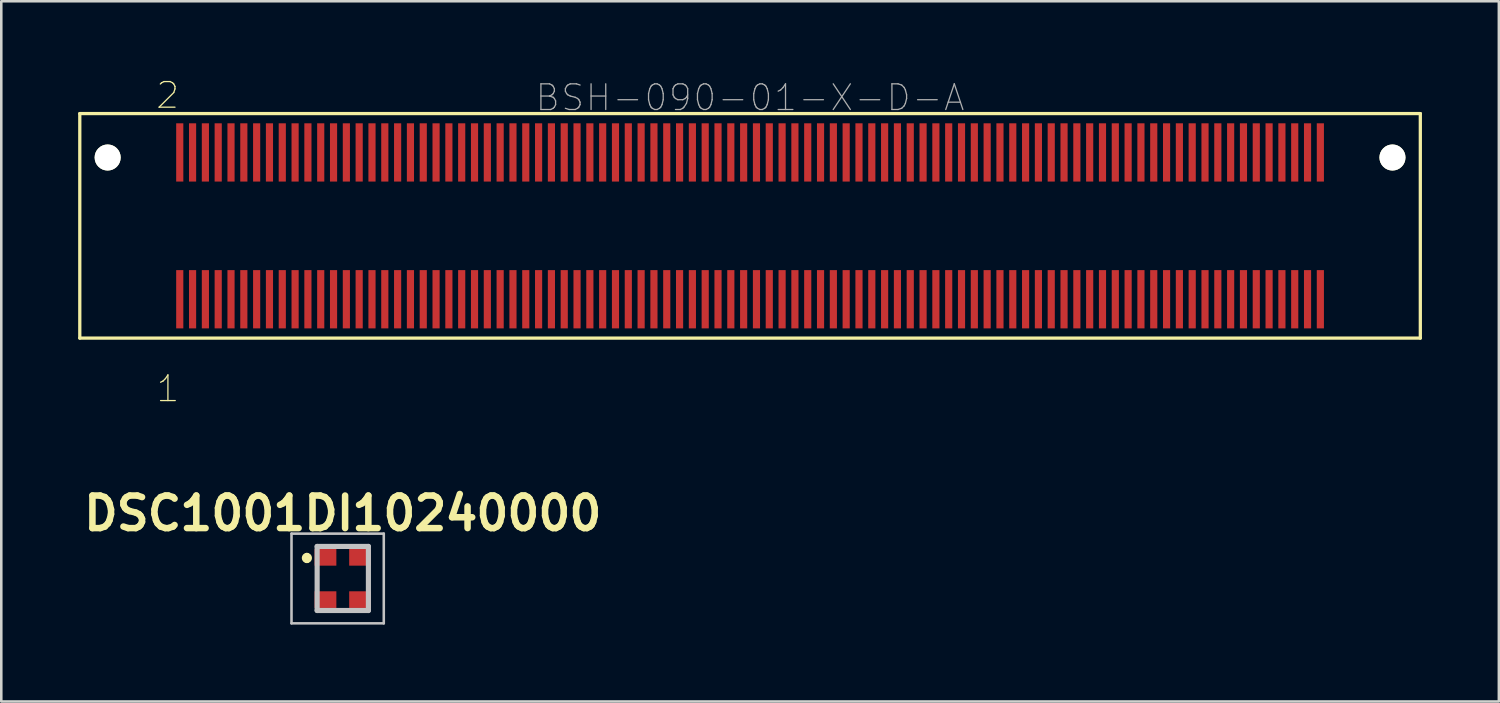
<source format=kicad_pcb>
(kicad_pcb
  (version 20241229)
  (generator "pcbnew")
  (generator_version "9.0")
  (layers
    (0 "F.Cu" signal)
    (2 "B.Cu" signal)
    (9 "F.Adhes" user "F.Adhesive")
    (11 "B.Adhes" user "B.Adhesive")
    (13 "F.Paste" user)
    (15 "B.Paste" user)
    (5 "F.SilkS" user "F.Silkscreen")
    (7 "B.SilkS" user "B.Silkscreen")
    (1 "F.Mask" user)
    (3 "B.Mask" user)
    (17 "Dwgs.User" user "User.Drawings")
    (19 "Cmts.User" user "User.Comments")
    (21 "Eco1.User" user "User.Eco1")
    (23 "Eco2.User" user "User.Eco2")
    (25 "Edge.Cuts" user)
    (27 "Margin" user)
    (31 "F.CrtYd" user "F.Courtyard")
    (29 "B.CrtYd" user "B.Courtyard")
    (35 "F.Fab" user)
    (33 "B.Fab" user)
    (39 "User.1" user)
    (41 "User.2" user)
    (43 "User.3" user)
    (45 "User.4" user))
  (footprint "BSH-090-01-X-D-A"
    (layer "F.Cu")
    (at 26.213 5.761)
    (property "Reference" "BSH-090-01-X-D-A" (at 0 -5 0) (layer "F.Fab") (effects (font (size 1.002 1.002) (thickness 0.05))))
    (attr smd)
    (fp_line (start -26.15 -4.38) (end 26.15 -4.38) (stroke (width 0.127) (type solid)) (layer "F.SilkS"))
    (fp_line (start -26.15 4.38) (end -26.15 -4.38) (stroke (width 0.127) (type solid)) (layer "F.SilkS"))
    (fp_line (start 26.15 -4.38) (end 26.15 4.38) (stroke (width 0.127) (type solid)) (layer "F.SilkS"))
    (fp_line (start 26.15 4.38) (end -26.15 4.38) (stroke (width 0.127) (type solid)) (layer "F.SilkS"))
    (fp_line (start -25.65 -3.62) (end 25.65 -3.62) (stroke (width 0.127) (type solid)) (layer "Eco2.User"))
    (fp_line (start -25.65 3.62) (end -25.65 -3.62) (stroke (width 0.127) (type solid)) (layer "Eco2.User"))
    (fp_line (start 25.65 -3.62) (end 25.65 3.62) (stroke (width 0.127) (type solid)) (layer "Eco2.User"))
    (fp_line (start 25.65 3.62) (end -25.65 3.62) (stroke (width 0.127) (type solid)) (layer "Eco2.User"))
    (fp_text user "2" (at -22.722 -5.089 0) (layer "F.SilkS") (effects (font (size 1 1) (thickness 0.05))))
    (fp_text user "1" (at -22.712 6.356 0) (layer "F.SilkS") (effects (font (size 1 1) (thickness 0.05))))
    (pad "" np_thru_hole circle (at -25.063 -2.666) (size 1.016 1.016) (drill 1.016) (layers "*.Cu" "*.Mask" "F.SilkS"))
    (pad "" np_thru_hole circle (at 25.063 -2.666) (size 1.016 1.016) (drill 1.016) (layers "*.Cu" "*.Mask" "F.SilkS"))
    (pad "1" smd rect (at -22.25 2.864) (size 0.279 2.273) (layers "F.Cu" "F.Mask" "F.Paste"))
    (pad "2" smd rect (at -22.25 -2.864) (size 0.279 2.273) (layers "F.Cu" "F.Mask" "F.Paste"))
    (pad "3" smd rect (at -21.75 2.864) (size 0.279 2.273) (layers "F.Cu" "F.Mask" "F.Paste"))
    (pad "4" smd rect (at -21.75 -2.864) (size 0.279 2.273) (layers "F.Cu" "F.Mask" "F.Paste"))
    (pad "5" smd rect (at -21.25 2.864) (size 0.279 2.273) (layers "F.Cu" "F.Mask" "F.Paste"))
    (pad "6" smd rect (at -21.25 -2.864) (size 0.279 2.273) (layers "F.Cu" "F.Mask" "F.Paste"))
    (pad "7" smd rect (at -20.75 2.864) (size 0.279 2.273) (layers "F.Cu" "F.Mask" "F.Paste"))
    (pad "8" smd rect (at -20.75 -2.864) (size 0.279 2.273) (layers "F.Cu" "F.Mask" "F.Paste"))
    (pad "9" smd rect (at -20.25 2.864) (size 0.279 2.273) (layers "F.Cu" "F.Mask" "F.Paste"))
    (pad "10" smd rect (at -20.25 -2.864) (size 0.279 2.273) (layers "F.Cu" "F.Mask" "F.Paste"))
    (pad "11" smd rect (at -19.75 2.864) (size 0.279 2.273) (layers "F.Cu" "F.Mask" "F.Paste"))
    (pad "12" smd rect (at -19.75 -2.864) (size 0.279 2.273) (layers "F.Cu" "F.Mask" "F.Paste"))
    (pad "13" smd rect (at -19.25 2.864) (size 0.279 2.273) (layers "F.Cu" "F.Mask" "F.Paste"))
    (pad "14" smd rect (at -19.25 -2.864) (size 0.279 2.273) (layers "F.Cu" "F.Mask" "F.Paste"))
    (pad "15" smd rect (at -18.75 2.864) (size 0.279 2.273) (layers "F.Cu" "F.Mask" "F.Paste"))
    (pad "16" smd rect (at -18.75 -2.864) (size 0.279 2.273) (layers "F.Cu" "F.Mask" "F.Paste"))
    (pad "17" smd rect (at -18.25 2.864) (size 0.279 2.273) (layers "F.Cu" "F.Mask" "F.Paste"))
    (pad "18" smd rect (at -18.25 -2.864) (size 0.279 2.273) (layers "F.Cu" "F.Mask" "F.Paste"))
    (pad "19" smd rect (at -17.75 2.864) (size 0.279 2.273) (layers "F.Cu" "F.Mask" "F.Paste"))
    (pad "20" smd rect (at -17.75 -2.864) (size 0.279 2.273) (layers "F.Cu" "F.Mask" "F.Paste"))
    (pad "21" smd rect (at -17.25 2.864) (size 0.279 2.273) (layers "F.Cu" "F.Mask" "F.Paste"))
    (pad "22" smd rect (at -17.25 -2.864) (size 0.279 2.273) (layers "F.Cu" "F.Mask" "F.Paste"))
    (pad "23" smd rect (at -16.75 2.864) (size 0.279 2.273) (layers "F.Cu" "F.Mask" "F.Paste"))
    (pad "24" smd rect (at -16.75 -2.864) (size 0.279 2.273) (layers "F.Cu" "F.Mask" "F.Paste"))
    (pad "25" smd rect (at -16.25 2.864) (size 0.279 2.273) (layers "F.Cu" "F.Mask" "F.Paste"))
    (pad "26" smd rect (at -16.25 -2.864) (size 0.279 2.273) (layers "F.Cu" "F.Mask" "F.Paste"))
    (pad "27" smd rect (at -15.75 2.864) (size 0.279 2.273) (layers "F.Cu" "F.Mask" "F.Paste"))
    (pad "28" smd rect (at -15.75 -2.864) (size 0.279 2.273) (layers "F.Cu" "F.Mask" "F.Paste"))
    (pad "29" smd rect (at -15.25 2.864) (size 0.279 2.273) (layers "F.Cu" "F.Mask" "F.Paste"))
    (pad "30" smd rect (at -15.25 -2.864) (size 0.279 2.273) (layers "F.Cu" "F.Mask" "F.Paste"))
    (pad "31" smd rect (at -14.75 2.864) (size 0.279 2.273) (layers "F.Cu" "F.Mask" "F.Paste"))
    (pad "32" smd rect (at -14.75 -2.864) (size 0.279 2.273) (layers "F.Cu" "F.Mask" "F.Paste"))
    (pad "33" smd rect (at -14.25 2.864) (size 0.279 2.273) (layers "F.Cu" "F.Mask" "F.Paste"))
    (pad "34" smd rect (at -14.25 -2.864) (size 0.279 2.273) (layers "F.Cu" "F.Mask" "F.Paste"))
    (pad "35" smd rect (at -13.75 2.864) (size 0.279 2.273) (layers "F.Cu" "F.Mask" "F.Paste"))
    (pad "36" smd rect (at -13.75 -2.864) (size 0.279 2.273) (layers "F.Cu" "F.Mask" "F.Paste"))
    (pad "37" smd rect (at -13.25 2.864) (size 0.279 2.273) (layers "F.Cu" "F.Mask" "F.Paste"))
    (pad "38" smd rect (at -13.25 -2.864) (size 0.279 2.273) (layers "F.Cu" "F.Mask" "F.Paste"))
    (pad "39" smd rect (at -12.75 2.864) (size 0.279 2.273) (layers "F.Cu" "F.Mask" "F.Paste"))
    (pad "40" smd rect (at -12.75 -2.864) (size 0.279 2.273) (layers "F.Cu" "F.Mask" "F.Paste"))
    (pad "41" smd rect (at -12.25 2.864) (size 0.279 2.273) (layers "F.Cu" "F.Mask" "F.Paste"))
    (pad "42" smd rect (at -12.25 -2.864) (size 0.279 2.273) (layers "F.Cu" "F.Mask" "F.Paste"))
    (pad "43" smd rect (at -11.75 2.864) (size 0.279 2.273) (layers "F.Cu" "F.Mask" "F.Paste"))
    (pad "44" smd rect (at -11.75 -2.864) (size 0.279 2.273) (layers "F.Cu" "F.Mask" "F.Paste"))
    (pad "45" smd rect (at -11.25 2.864) (size 0.279 2.273) (layers "F.Cu" "F.Mask" "F.Paste"))
    (pad "46" smd rect (at -11.25 -2.864) (size 0.279 2.273) (layers "F.Cu" "F.Mask" "F.Paste"))
    (pad "47" smd rect (at -10.75 2.864) (size 0.279 2.273) (layers "F.Cu" "F.Mask" "F.Paste"))
    (pad "48" smd rect (at -10.75 -2.864) (size 0.279 2.273) (layers "F.Cu" "F.Mask" "F.Paste"))
    (pad "49" smd rect (at -10.25 2.864) (size 0.279 2.273) (layers "F.Cu" "F.Mask" "F.Paste"))
    (pad "50" smd rect (at -10.25 -2.864) (size 0.279 2.273) (layers "F.Cu" "F.Mask" "F.Paste"))
    (pad "51" smd rect (at -9.75 2.864) (size 0.279 2.273) (layers "F.Cu" "F.Mask" "F.Paste"))
    (pad "52" smd rect (at -9.75 -2.864) (size 0.279 2.273) (layers "F.Cu" "F.Mask" "F.Paste"))
    (pad "53" smd rect (at -9.25 2.864) (size 0.279 2.273) (layers "F.Cu" "F.Mask" "F.Paste"))
    (pad "54" smd rect (at -9.25 -2.864) (size 0.279 2.273) (layers "F.Cu" "F.Mask" "F.Paste"))
    (pad "55" smd rect (at -8.75 2.864) (size 0.279 2.273) (layers "F.Cu" "F.Mask" "F.Paste"))
    (pad "56" smd rect (at -8.75 -2.864) (size 0.279 2.273) (layers "F.Cu" "F.Mask" "F.Paste"))
    (pad "57" smd rect (at -8.25 2.864) (size 0.279 2.273) (layers "F.Cu" "F.Mask" "F.Paste"))
    (pad "58" smd rect (at -8.25 -2.864) (size 0.279 2.273) (layers "F.Cu" "F.Mask" "F.Paste"))
    (pad "59" smd rect (at -7.75 2.864) (size 0.279 2.273) (layers "F.Cu" "F.Mask" "F.Paste"))
    (pad "60" smd rect (at -7.75 -2.864) (size 0.279 2.273) (layers "F.Cu" "F.Mask" "F.Paste"))
    (pad "61" smd rect (at -7.25 2.864) (size 0.279 2.273) (layers "F.Cu" "F.Mask" "F.Paste"))
    (pad "62" smd rect (at -7.25 -2.864) (size 0.279 2.273) (layers "F.Cu" "F.Mask" "F.Paste"))
    (pad "63" smd rect (at -6.75 2.864) (size 0.279 2.273) (layers "F.Cu" "F.Mask" "F.Paste"))
    (pad "64" smd rect (at -6.75 -2.864) (size 0.279 2.273) (layers "F.Cu" "F.Mask" "F.Paste"))
    (pad "65" smd rect (at -6.25 2.864) (size 0.279 2.273) (layers "F.Cu" "F.Mask" "F.Paste"))
    (pad "66" smd rect (at -6.25 -2.864) (size 0.279 2.273) (layers "F.Cu" "F.Mask" "F.Paste"))
    (pad "67" smd rect (at -5.75 2.864) (size 0.279 2.273) (layers "F.Cu" "F.Mask" "F.Paste"))
    (pad "68" smd rect (at -5.75 -2.864) (size 0.279 2.273) (layers "F.Cu" "F.Mask" "F.Paste"))
    (pad "69" smd rect (at -5.25 2.864) (size 0.279 2.273) (layers "F.Cu" "F.Mask" "F.Paste"))
    (pad "70" smd rect (at -5.25 -2.864) (size 0.279 2.273) (layers "F.Cu" "F.Mask" "F.Paste"))
    (pad "71" smd rect (at -4.75 2.864) (size 0.279 2.273) (layers "F.Cu" "F.Mask" "F.Paste"))
    (pad "72" smd rect (at -4.75 -2.864) (size 0.279 2.273) (layers "F.Cu" "F.Mask" "F.Paste"))
    (pad "73" smd rect (at -4.25 2.864) (size 0.279 2.273) (layers "F.Cu" "F.Mask" "F.Paste"))
    (pad "74" smd rect (at -4.25 -2.864) (size 0.279 2.273) (layers "F.Cu" "F.Mask" "F.Paste"))
    (pad "75" smd rect (at -3.75 2.864) (size 0.279 2.273) (layers "F.Cu" "F.Mask" "F.Paste"))
    (pad "76" smd rect (at -3.75 -2.864) (size 0.279 2.273) (layers "F.Cu" "F.Mask" "F.Paste"))
    (pad "77" smd rect (at -3.25 2.864) (size 0.279 2.273) (layers "F.Cu" "F.Mask" "F.Paste"))
    (pad "78" smd rect (at -3.25 -2.864) (size 0.279 2.273) (layers "F.Cu" "F.Mask" "F.Paste"))
    (pad "79" smd rect (at -2.75 2.864) (size 0.279 2.273) (layers "F.Cu" "F.Mask" "F.Paste"))
    (pad "80" smd rect (at -2.75 -2.864) (size 0.279 2.273) (layers "F.Cu" "F.Mask" "F.Paste"))
    (pad "81" smd rect (at -2.25 2.864) (size 0.279 2.273) (layers "F.Cu" "F.Mask" "F.Paste"))
    (pad "82" smd rect (at -2.25 -2.864) (size 0.279 2.273) (layers "F.Cu" "F.Mask" "F.Paste"))
    (pad "83" smd rect (at -1.75 2.864) (size 0.279 2.273) (layers "F.Cu" "F.Mask" "F.Paste"))
    (pad "84" smd rect (at -1.75 -2.864) (size 0.279 2.273) (layers "F.Cu" "F.Mask" "F.Paste"))
    (pad "85" smd rect (at -1.25 2.864) (size 0.279 2.273) (layers "F.Cu" "F.Mask" "F.Paste"))
    (pad "86" smd rect (at -1.25 -2.864) (size 0.279 2.273) (layers "F.Cu" "F.Mask" "F.Paste"))
    (pad "87" smd rect (at -0.75 2.864) (size 0.279 2.273) (layers "F.Cu" "F.Mask" "F.Paste"))
    (pad "88" smd rect (at -0.75 -2.864) (size 0.279 2.273) (layers "F.Cu" "F.Mask" "F.Paste"))
    (pad "89" smd rect (at -0.25 2.864) (size 0.279 2.273) (layers "F.Cu" "F.Mask" "F.Paste"))
    (pad "90" smd rect (at -0.25 -2.864) (size 0.279 2.273) (layers "F.Cu" "F.Mask" "F.Paste"))
    (pad "91" smd rect (at 0.25 2.864) (size 0.279 2.273) (layers "F.Cu" "F.Mask" "F.Paste"))
    (pad "92" smd rect (at 0.25 -2.864) (size 0.279 2.273) (layers "F.Cu" "F.Mask" "F.Paste"))
    (pad "93" smd rect (at 0.75 2.864) (size 0.279 2.273) (layers "F.Cu" "F.Mask" "F.Paste"))
    (pad "94" smd rect (at 0.75 -2.864) (size 0.279 2.273) (layers "F.Cu" "F.Mask" "F.Paste"))
    (pad "95" smd rect (at 1.25 2.864) (size 0.279 2.273) (layers "F.Cu" "F.Mask" "F.Paste"))
    (pad "96" smd rect (at 1.25 -2.864) (size 0.279 2.273) (layers "F.Cu" "F.Mask" "F.Paste"))
    (pad "97" smd rect (at 1.75 2.864) (size 0.279 2.273) (layers "F.Cu" "F.Mask" "F.Paste"))
    (pad "98" smd rect (at 1.75 -2.864) (size 0.279 2.273) (layers "F.Cu" "F.Mask" "F.Paste"))
    (pad "99" smd rect (at 2.25 2.864) (size 0.279 2.273) (layers "F.Cu" "F.Mask" "F.Paste"))
    (pad "100" smd rect (at 2.25 -2.864) (size 0.279 2.273) (layers "F.Cu" "F.Mask" "F.Paste"))
    (pad "101" smd rect (at 2.75 2.864) (size 0.279 2.273) (layers "F.Cu" "F.Mask" "F.Paste"))
    (pad "102" smd rect (at 2.75 -2.864) (size 0.279 2.273) (layers "F.Cu" "F.Mask" "F.Paste"))
    (pad "103" smd rect (at 3.25 2.864) (size 0.279 2.273) (layers "F.Cu" "F.Mask" "F.Paste"))
    (pad "104" smd rect (at 3.25 -2.864) (size 0.279 2.273) (layers "F.Cu" "F.Mask" "F.Paste"))
    (pad "105" smd rect (at 3.75 2.864) (size 0.279 2.273) (layers "F.Cu" "F.Mask" "F.Paste"))
    (pad "106" smd rect (at 3.75 -2.864) (size 0.279 2.273) (layers "F.Cu" "F.Mask" "F.Paste"))
    (pad "107" smd rect (at 4.25 2.864) (size 0.279 2.273) (layers "F.Cu" "F.Mask" "F.Paste"))
    (pad "108" smd rect (at 4.25 -2.864) (size 0.279 2.273) (layers "F.Cu" "F.Mask" "F.Paste"))
    (pad "109" smd rect (at 4.75 2.864) (size 0.279 2.273) (layers "F.Cu" "F.Mask" "F.Paste"))
    (pad "110" smd rect (at 4.75 -2.864) (size 0.279 2.273) (layers "F.Cu" "F.Mask" "F.Paste"))
    (pad "111" smd rect (at 5.25 2.864) (size 0.279 2.273) (layers "F.Cu" "F.Mask" "F.Paste"))
    (pad "112" smd rect (at 5.25 -2.864) (size 0.279 2.273) (layers "F.Cu" "F.Mask" "F.Paste"))
    (pad "113" smd rect (at 5.75 2.864) (size 0.279 2.273) (layers "F.Cu" "F.Mask" "F.Paste"))
    (pad "114" smd rect (at 5.75 -2.864) (size 0.279 2.273) (layers "F.Cu" "F.Mask" "F.Paste"))
    (pad "115" smd rect (at 6.25 2.864) (size 0.279 2.273) (layers "F.Cu" "F.Mask" "F.Paste"))
    (pad "116" smd rect (at 6.25 -2.864) (size 0.279 2.273) (layers "F.Cu" "F.Mask" "F.Paste"))
    (pad "117" smd rect (at 6.75 2.864) (size 0.279 2.273) (layers "F.Cu" "F.Mask" "F.Paste"))
    (pad "118" smd rect (at 6.75 -2.864) (size 0.279 2.273) (layers "F.Cu" "F.Mask" "F.Paste"))
    (pad "119" smd rect (at 7.25 2.864) (size 0.279 2.273) (layers "F.Cu" "F.Mask" "F.Paste"))
    (pad "120" smd rect (at 7.25 -2.864) (size 0.279 2.273) (layers "F.Cu" "F.Mask" "F.Paste"))
    (pad "121" smd rect (at 7.75 2.864) (size 0.279 2.273) (layers "F.Cu" "F.Mask" "F.Paste"))
    (pad "122" smd rect (at 7.75 -2.864) (size 0.279 2.273) (layers "F.Cu" "F.Mask" "F.Paste"))
    (pad "123" smd rect (at 8.25 2.864) (size 0.279 2.273) (layers "F.Cu" "F.Mask" "F.Paste"))
    (pad "124" smd rect (at 8.25 -2.864) (size 0.279 2.273) (layers "F.Cu" "F.Mask" "F.Paste"))
    (pad "125" smd rect (at 8.75 2.864) (size 0.279 2.273) (layers "F.Cu" "F.Mask" "F.Paste"))
    (pad "126" smd rect (at 8.75 -2.864) (size 0.279 2.273) (layers "F.Cu" "F.Mask" "F.Paste"))
    (pad "127" smd rect (at 9.25 2.864) (size 0.279 2.273) (layers "F.Cu" "F.Mask" "F.Paste"))
    (pad "128" smd rect (at 9.25 -2.864) (size 0.279 2.273) (layers "F.Cu" "F.Mask" "F.Paste"))
    (pad "129" smd rect (at 9.75 2.864) (size 0.279 2.273) (layers "F.Cu" "F.Mask" "F.Paste"))
    (pad "130" smd rect (at 9.75 -2.864) (size 0.279 2.273) (layers "F.Cu" "F.Mask" "F.Paste"))
    (pad "131" smd rect (at 10.25 2.864) (size 0.279 2.273) (layers "F.Cu" "F.Mask" "F.Paste"))
    (pad "132" smd rect (at 10.25 -2.864) (size 0.279 2.273) (layers "F.Cu" "F.Mask" "F.Paste"))
    (pad "133" smd rect (at 10.75 2.864) (size 0.279 2.273) (layers "F.Cu" "F.Mask" "F.Paste"))
    (pad "134" smd rect (at 10.75 -2.864) (size 0.279 2.273) (layers "F.Cu" "F.Mask" "F.Paste"))
    (pad "135" smd rect (at 11.25 2.864) (size 0.279 2.273) (layers "F.Cu" "F.Mask" "F.Paste"))
    (pad "136" smd rect (at 11.25 -2.864) (size 0.279 2.273) (layers "F.Cu" "F.Mask" "F.Paste"))
    (pad "137" smd rect (at 11.75 2.864) (size 0.279 2.273) (layers "F.Cu" "F.Mask" "F.Paste"))
    (pad "138" smd rect (at 11.75 -2.864) (size 0.279 2.273) (layers "F.Cu" "F.Mask" "F.Paste"))
    (pad "139" smd rect (at 12.25 2.864) (size 0.279 2.273) (layers "F.Cu" "F.Mask" "F.Paste"))
    (pad "140" smd rect (at 12.25 -2.864) (size 0.279 2.273) (layers "F.Cu" "F.Mask" "F.Paste"))
    (pad "141" smd rect (at 12.75 2.864) (size 0.279 2.273) (layers "F.Cu" "F.Mask" "F.Paste"))
    (pad "142" smd rect (at 12.75 -2.864) (size 0.279 2.273) (layers "F.Cu" "F.Mask" "F.Paste"))
    (pad "143" smd rect (at 13.25 2.864) (size 0.279 2.273) (layers "F.Cu" "F.Mask" "F.Paste"))
    (pad "144" smd rect (at 13.25 -2.864) (size 0.279 2.273) (layers "F.Cu" "F.Mask" "F.Paste"))
    (pad "145" smd rect (at 13.75 2.864) (size 0.279 2.273) (layers "F.Cu" "F.Mask" "F.Paste"))
    (pad "146" smd rect (at 13.75 -2.864) (size 0.279 2.273) (layers "F.Cu" "F.Mask" "F.Paste"))
    (pad "147" smd rect (at 14.25 2.864) (size 0.279 2.273) (layers "F.Cu" "F.Mask" "F.Paste"))
    (pad "148" smd rect (at 14.25 -2.864) (size 0.279 2.273) (layers "F.Cu" "F.Mask" "F.Paste"))
    (pad "149" smd rect (at 14.75 2.864) (size 0.279 2.273) (layers "F.Cu" "F.Mask" "F.Paste"))
    (pad "150" smd rect (at 14.75 -2.864) (size 0.279 2.273) (layers "F.Cu" "F.Mask" "F.Paste"))
    (pad "151" smd rect (at 15.25 2.864) (size 0.279 2.273) (layers "F.Cu" "F.Mask" "F.Paste"))
    (pad "152" smd rect (at 15.25 -2.864) (size 0.279 2.273) (layers "F.Cu" "F.Mask" "F.Paste"))
    (pad "153" smd rect (at 15.75 2.864) (size 0.279 2.273) (layers "F.Cu" "F.Mask" "F.Paste"))
    (pad "154" smd rect (at 15.75 -2.864) (size 0.279 2.273) (layers "F.Cu" "F.Mask" "F.Paste"))
    (pad "155" smd rect (at 16.25 2.864) (size 0.279 2.273) (layers "F.Cu" "F.Mask" "F.Paste"))
    (pad "156" smd rect (at 16.25 -2.864) (size 0.279 2.273) (layers "F.Cu" "F.Mask" "F.Paste"))
    (pad "157" smd rect (at 16.75 2.864) (size 0.279 2.273) (layers "F.Cu" "F.Mask" "F.Paste"))
    (pad "158" smd rect (at 16.75 -2.864) (size 0.279 2.273) (layers "F.Cu" "F.Mask" "F.Paste"))
    (pad "159" smd rect (at 17.25 2.864) (size 0.279 2.273) (layers "F.Cu" "F.Mask" "F.Paste"))
    (pad "160" smd rect (at 17.25 -2.864) (size 0.279 2.273) (layers "F.Cu" "F.Mask" "F.Paste"))
    (pad "161" smd rect (at 17.75 2.864) (size 0.279 2.273) (layers "F.Cu" "F.Mask" "F.Paste"))
    (pad "162" smd rect (at 17.75 -2.864) (size 0.279 2.273) (layers "F.Cu" "F.Mask" "F.Paste"))
    (pad "163" smd rect (at 18.25 2.864) (size 0.279 2.273) (layers "F.Cu" "F.Mask" "F.Paste"))
    (pad "164" smd rect (at 18.25 -2.864) (size 0.279 2.273) (layers "F.Cu" "F.Mask" "F.Paste"))
    (pad "165" smd rect (at 18.75 2.864) (size 0.279 2.273) (layers "F.Cu" "F.Mask" "F.Paste"))
    (pad "166" smd rect (at 18.75 -2.864) (size 0.279 2.273) (layers "F.Cu" "F.Mask" "F.Paste"))
    (pad "167" smd rect (at 19.25 2.864) (size 0.279 2.273) (layers "F.Cu" "F.Mask" "F.Paste"))
    (pad "168" smd rect (at 19.25 -2.864) (size 0.279 2.273) (layers "F.Cu" "F.Mask" "F.Paste"))
    (pad "169" smd rect (at 19.75 2.864) (size 0.279 2.273) (layers "F.Cu" "F.Mask" "F.Paste"))
    (pad "170" smd rect (at 19.75 -2.864) (size 0.279 2.273) (layers "F.Cu" "F.Mask" "F.Paste"))
    (pad "171" smd rect (at 20.25 2.864) (size 0.279 2.273) (layers "F.Cu" "F.Mask" "F.Paste"))
    (pad "172" smd rect (at 20.25 -2.864) (size 0.279 2.273) (layers "F.Cu" "F.Mask" "F.Paste"))
    (pad "173" smd rect (at 20.75 2.864) (size 0.279 2.273) (layers "F.Cu" "F.Mask" "F.Paste"))
    (pad "174" smd rect (at 20.75 -2.864) (size 0.279 2.273) (layers "F.Cu" "F.Mask" "F.Paste"))
    (pad "175" smd rect (at 21.25 2.864) (size 0.279 2.273) (layers "F.Cu" "F.Mask" "F.Paste"))
    (pad "176" smd rect (at 21.25 -2.864) (size 0.279 2.273) (layers "F.Cu" "F.Mask" "F.Paste"))
    (pad "177" smd rect (at 21.75 2.864) (size 0.279 2.273) (layers "F.Cu" "F.Mask" "F.Paste"))
    (pad "178" smd rect (at 21.75 -2.864) (size 0.279 2.273) (layers "F.Cu" "F.Mask" "F.Paste"))
    (pad "179" smd rect (at 22.25 2.864) (size 0.279 2.273) (layers "F.Cu" "F.Mask" "F.Paste"))
    (pad "180" smd rect (at 22.25 -2.864) (size 0.279 2.273) (layers "F.Cu" "F.Mask" "F.Paste")))
  (footprint "DSC1001DI10240000"
    (layer "F.Cu")
    (at 10.323 19.519)
    (property "Reference" "DSC1001DI10240000" (at 0 -2.54 0) (layer "F.SilkS") (effects (font (size 1.27 1.27) (thickness 0.254))))
    (attr smd)
    (fp_line (start -1.4 -0.9) (end -1.4 -0.9) (stroke (width 0.2) (type solid)) (layer "F.SilkS"))
    (fp_line (start -1.4 -0.7) (end -1.4 -0.7) (stroke (width 0.2) (type solid)) (layer "F.SilkS"))
    (fp_line (start -1 -0.3) (end -1 0.3) (stroke (width 0.1) (type solid)) (layer "F.SilkS"))
    (fp_line (start -0.1 -1.25) (end 0.1 -1.25) (stroke (width 0.1) (type solid)) (layer "F.SilkS"))
    (fp_line (start -0.1 1.25) (end 0.1 1.25) (stroke (width 0.1) (type solid)) (layer "F.SilkS"))
    (fp_line (start 1 -0.3) (end 1 0.3) (stroke (width 0.1) (type solid)) (layer "F.SilkS"))
    (fp_arc (start -1.4 -0.9) (mid -1.3 -0.8) (end -1.4 -0.7) (stroke (width 0.2) (type solid)) (layer "F.SilkS"))
    (fp_arc (start -1.4 -0.7) (mid -1.5 -0.8) (end -1.4 -0.9) (stroke (width 0.2) (type solid)) (layer "F.SilkS"))
    (fp_line (start -2 -1.75) (end 1.6 -1.75) (stroke (width 0.1) (type solid)) (layer "Dwgs.User"))
    (fp_line (start -2 1.75) (end -2 -1.75) (stroke (width 0.1) (type solid)) (layer "Dwgs.User"))
    (fp_line (start -1 -1.25) (end 1 -1.25) (stroke (width 0.2) (type solid)) (layer "Dwgs.User"))
    (fp_line (start -1 1.25) (end -1 -1.25) (stroke (width 0.2) (type solid)) (layer "Dwgs.User"))
    (fp_line (start 1 -1.25) (end 1 1.25) (stroke (width 0.2) (type solid)) (layer "Dwgs.User"))
    (fp_line (start 1 1.25) (end -1 1.25) (stroke (width 0.2) (type solid)) (layer "Dwgs.User"))
    (fp_line (start 1.6 -1.75) (end 1.6 1.75) (stroke (width 0.1) (type solid)) (layer "Dwgs.User"))
    (fp_line (start 1.6 1.75) (end -2 1.75) (stroke (width 0.1) (type solid)) (layer "Dwgs.User"))
    (pad "1" smd rect (at -0.675 -0.825 90) (size 0.65 0.85) (layers "F.Cu" "F.Mask" "F.Paste"))
    (pad "2" smd rect (at -0.675 0.825 90) (size 0.65 0.85) (layers "F.Cu" "F.Mask" "F.Paste"))
    (pad "3" smd rect (at 0.675 0.825 90) (size 0.65 0.85) (layers "F.Cu" "F.Mask" "F.Paste"))
    (pad "4" smd rect (at 0.675 -0.825 90) (size 0.65 0.85) (layers "F.Cu" "F.Mask" "F.Paste")))
  (gr_rect
    (start -3 -3)
    (end 55.427 24.319)
    (stroke (width 0.1) (type default))
    (fill no)
    (layer "Edge.Cuts")))
</source>
